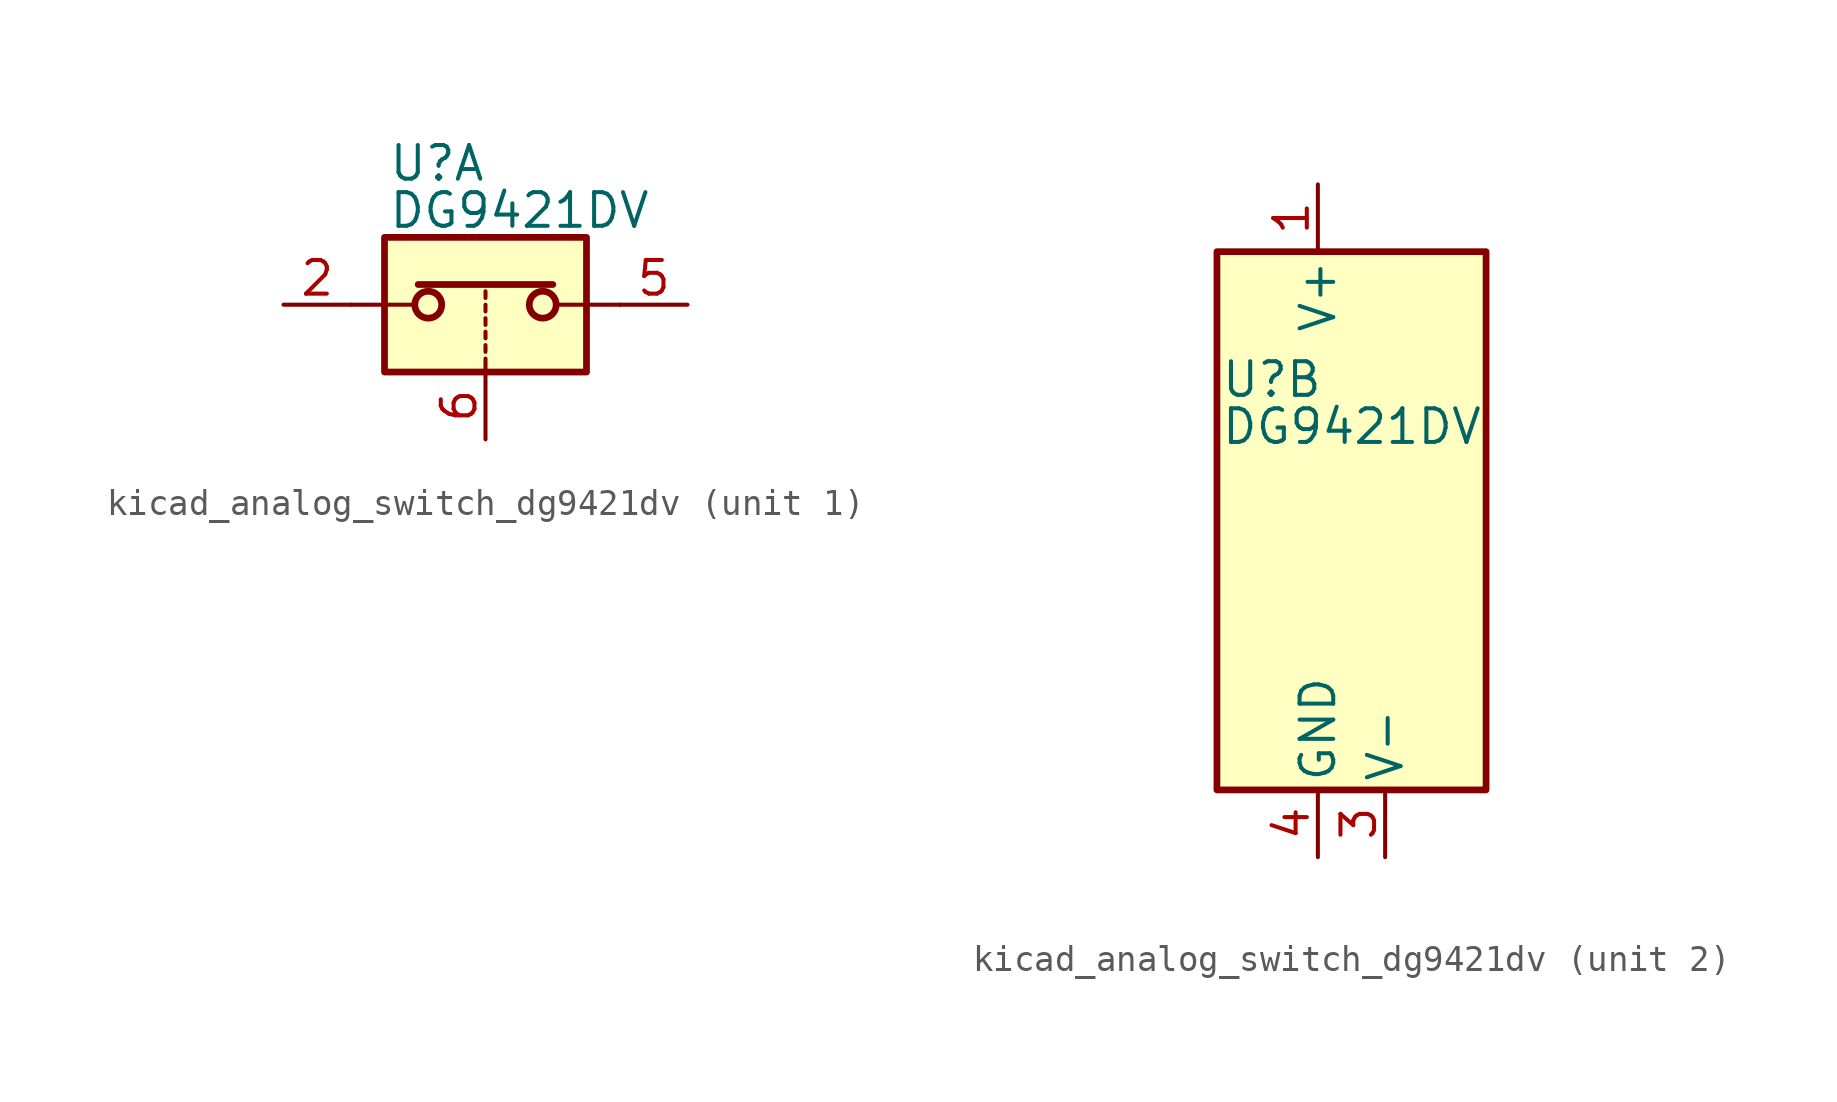
<source format=kicad_sym>
(kicad_symbol_lib
  (version 20220914)
  (generator kicad_symbol_editor)
  (symbol "kicad_analog_switch_dg9421dv"
    (pin_names
      (offset 0.254))
    (property "Reference" "U"
      (at -3.683 5.334 0)
      (effects (font (size 1.27 1.27)) (justify left)))
    (property "Value" "DG9421DV"
      (at -3.683 3.556 0)
      (effects (font (size 1.27 1.27)) (justify left)))
    (symbol "kicad_analog_switch_dg9421dv_1_1"
      (rectangle (start -3.81 2.54) (end 3.81 -2.54) (stroke (width 0.254) (type default)) (fill (type background)))
      (circle (center -2.159 0) (radius 0.508) (stroke (width 0.254) (type default)) (fill (type none)))
      (polyline (pts (xy -5.08 0) (xy -2.794 0)) (stroke (width 0) (type default)) (fill (type none)))
      (polyline (pts (xy -2.54 0.762) (xy 2.54 0.762)) (stroke (width 0.254) (type default)) (fill (type none)))
      (polyline (pts (xy 0 -2.54) (xy 0 -2.032)) (stroke (width 0) (type default)) (fill (type none)))
      (polyline (pts (xy 0 -1.778) (xy 0 -1.524)) (stroke (width 0) (type default)) (fill (type none)))
      (polyline (pts (xy 0 -1.27) (xy 0 -1.016)) (stroke (width 0) (type default)) (fill (type none)))
      (polyline (pts (xy 0 -0.762) (xy 0 -0.508)) (stroke (width 0) (type default)) (fill (type none)))
      (polyline (pts (xy 0 -0.254) (xy 0 0)) (stroke (width 0) (type default)) (fill (type none)))
      (polyline (pts (xy 0 0.254) (xy 0 0.508)) (stroke (width 0) (type default)) (fill (type none)))
      (polyline (pts (xy 5.08 0) (xy 2.794 0)) (stroke (width 0) (type default)) (fill (type none)))
      (circle (center 2.159 0) (radius 0.508) (stroke (width 0.254) (type default)) (fill (type none)))
      (pin passive line (at -7.62 0 0) (length 2.54) (name "~" (effects (font (size 1.27 1.27)))) (number "2" (effects (font (size 1.27 1.27)))))
      (pin passive line (at 7.62 0 180) (length 2.54) (name "~" (effects (font (size 1.27 1.27)))) (number "5" (effects (font (size 1.27 1.27)))))
      (pin input line (at 0 -5.08 90) (length 2.54) (name "~" (effects (font (size 1.27 1.27)))) (number "6" (effects (font (size 1.27 1.27))))))
    (symbol "kicad_analog_switch_dg9421dv_2_0"
      (pin power_in line (at 0 12.7 270) (length 2.54) (name "V+" (effects (font (size 1.27 1.27)))) (number "1" (effects (font (size 1.27 1.27)))))
      (pin power_in line (at 2.54 -12.7 90) (length 2.54) (name "V-" (effects (font (size 1.27 1.27)))) (number "3" (effects (font (size 1.27 1.27)))))
      (pin power_in line (at 0 -12.7 90) (length 2.54) (name "GND" (effects (font (size 1.27 1.27)))) (number "4" (effects (font (size 1.27 1.27))))))
    (symbol "kicad_analog_switch_dg9421dv_2_1"
      (rectangle (start -3.81 10.16) (end 6.35 -10.16) (stroke (width 0.254) (type default)) (fill (type background))))))
</source>
